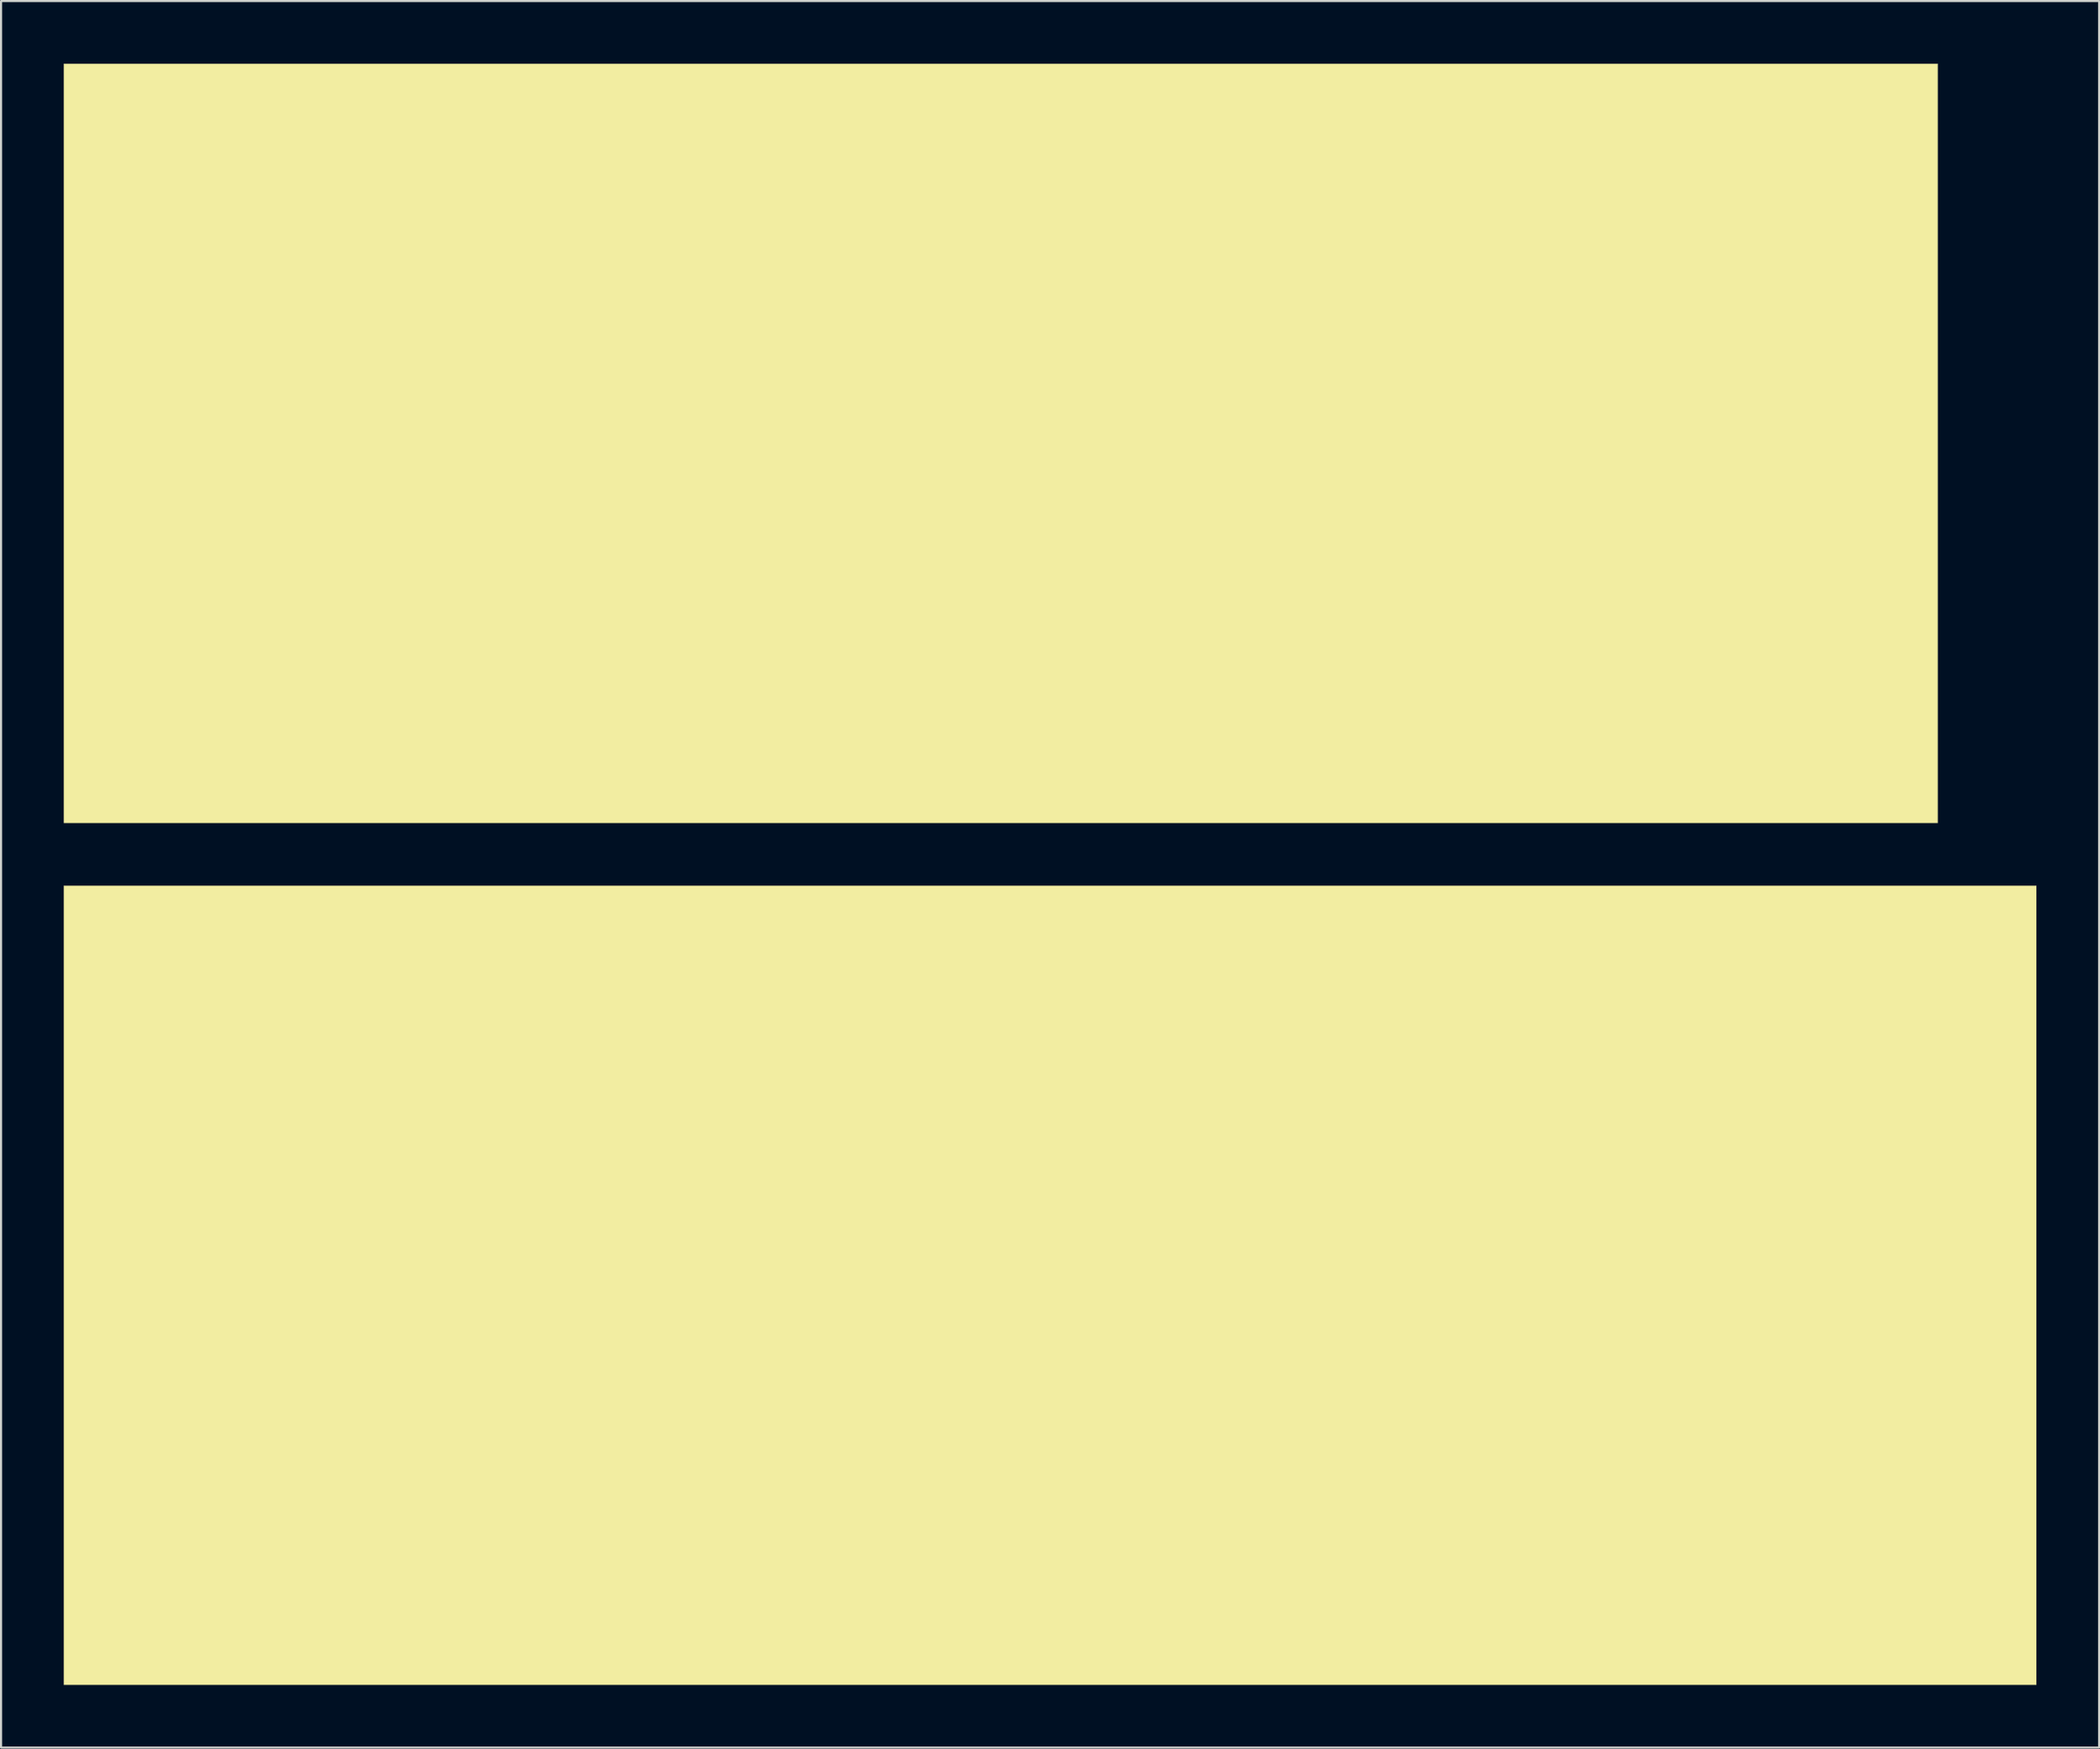
<source format=kicad_pcb>
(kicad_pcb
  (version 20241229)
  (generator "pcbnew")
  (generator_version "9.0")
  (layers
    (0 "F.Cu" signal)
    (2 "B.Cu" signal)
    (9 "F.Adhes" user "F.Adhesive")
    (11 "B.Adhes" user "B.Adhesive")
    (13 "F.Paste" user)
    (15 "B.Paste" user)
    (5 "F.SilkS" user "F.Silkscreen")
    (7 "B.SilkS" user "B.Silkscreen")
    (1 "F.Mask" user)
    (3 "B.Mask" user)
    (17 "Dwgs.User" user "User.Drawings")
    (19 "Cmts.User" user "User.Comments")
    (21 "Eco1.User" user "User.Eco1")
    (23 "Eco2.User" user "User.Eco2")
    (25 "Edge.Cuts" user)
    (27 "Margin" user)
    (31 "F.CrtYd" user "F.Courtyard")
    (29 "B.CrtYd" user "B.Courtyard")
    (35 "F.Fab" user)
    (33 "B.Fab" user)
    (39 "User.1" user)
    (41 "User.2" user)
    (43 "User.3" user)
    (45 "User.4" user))
  (footprint "5"
    (layer "F.Cu")
    (at 47.062 58.32)
    (property "Reference" "5" (at 0 0 0) (layer "F.SilkS") (effects (font (size 1.524 1.524) (thickness 0.3))))
    (attr through_hole)
    (fp_poly (pts (xy 47.324 19.251) (xy -47.057 19.251) (xy -47.057 -18.983) (xy 47.324 -18.983) (xy 47.324 19.251)) (stroke (width 0.01) (type solid)) (fill yes) (layer "F.SilkS")))
  (footprint "4"
    (layer "F.Cu")
    (at 44.709 18.039)
    (property "Reference" "4" (at 0 0 0) (layer "F.SilkS") (effects (font (size 1.524 1.524) (thickness 0.3))))
    (attr through_hole)
    (fp_poly (pts (xy 44.958 18.288) (xy -44.704 18.288) (xy -44.704 -18.034) (xy 44.958 -18.034) (xy 44.958 18.288)) (stroke (width 0.01) (type solid)) (fill yes) (layer "F.SilkS")))
  (gr_rect
    (start -3 -3)
    (end 97.391 80.576)
    (stroke (width 0.1) (type default))
    (fill no)
    (layer "Edge.Cuts")))
</source>
